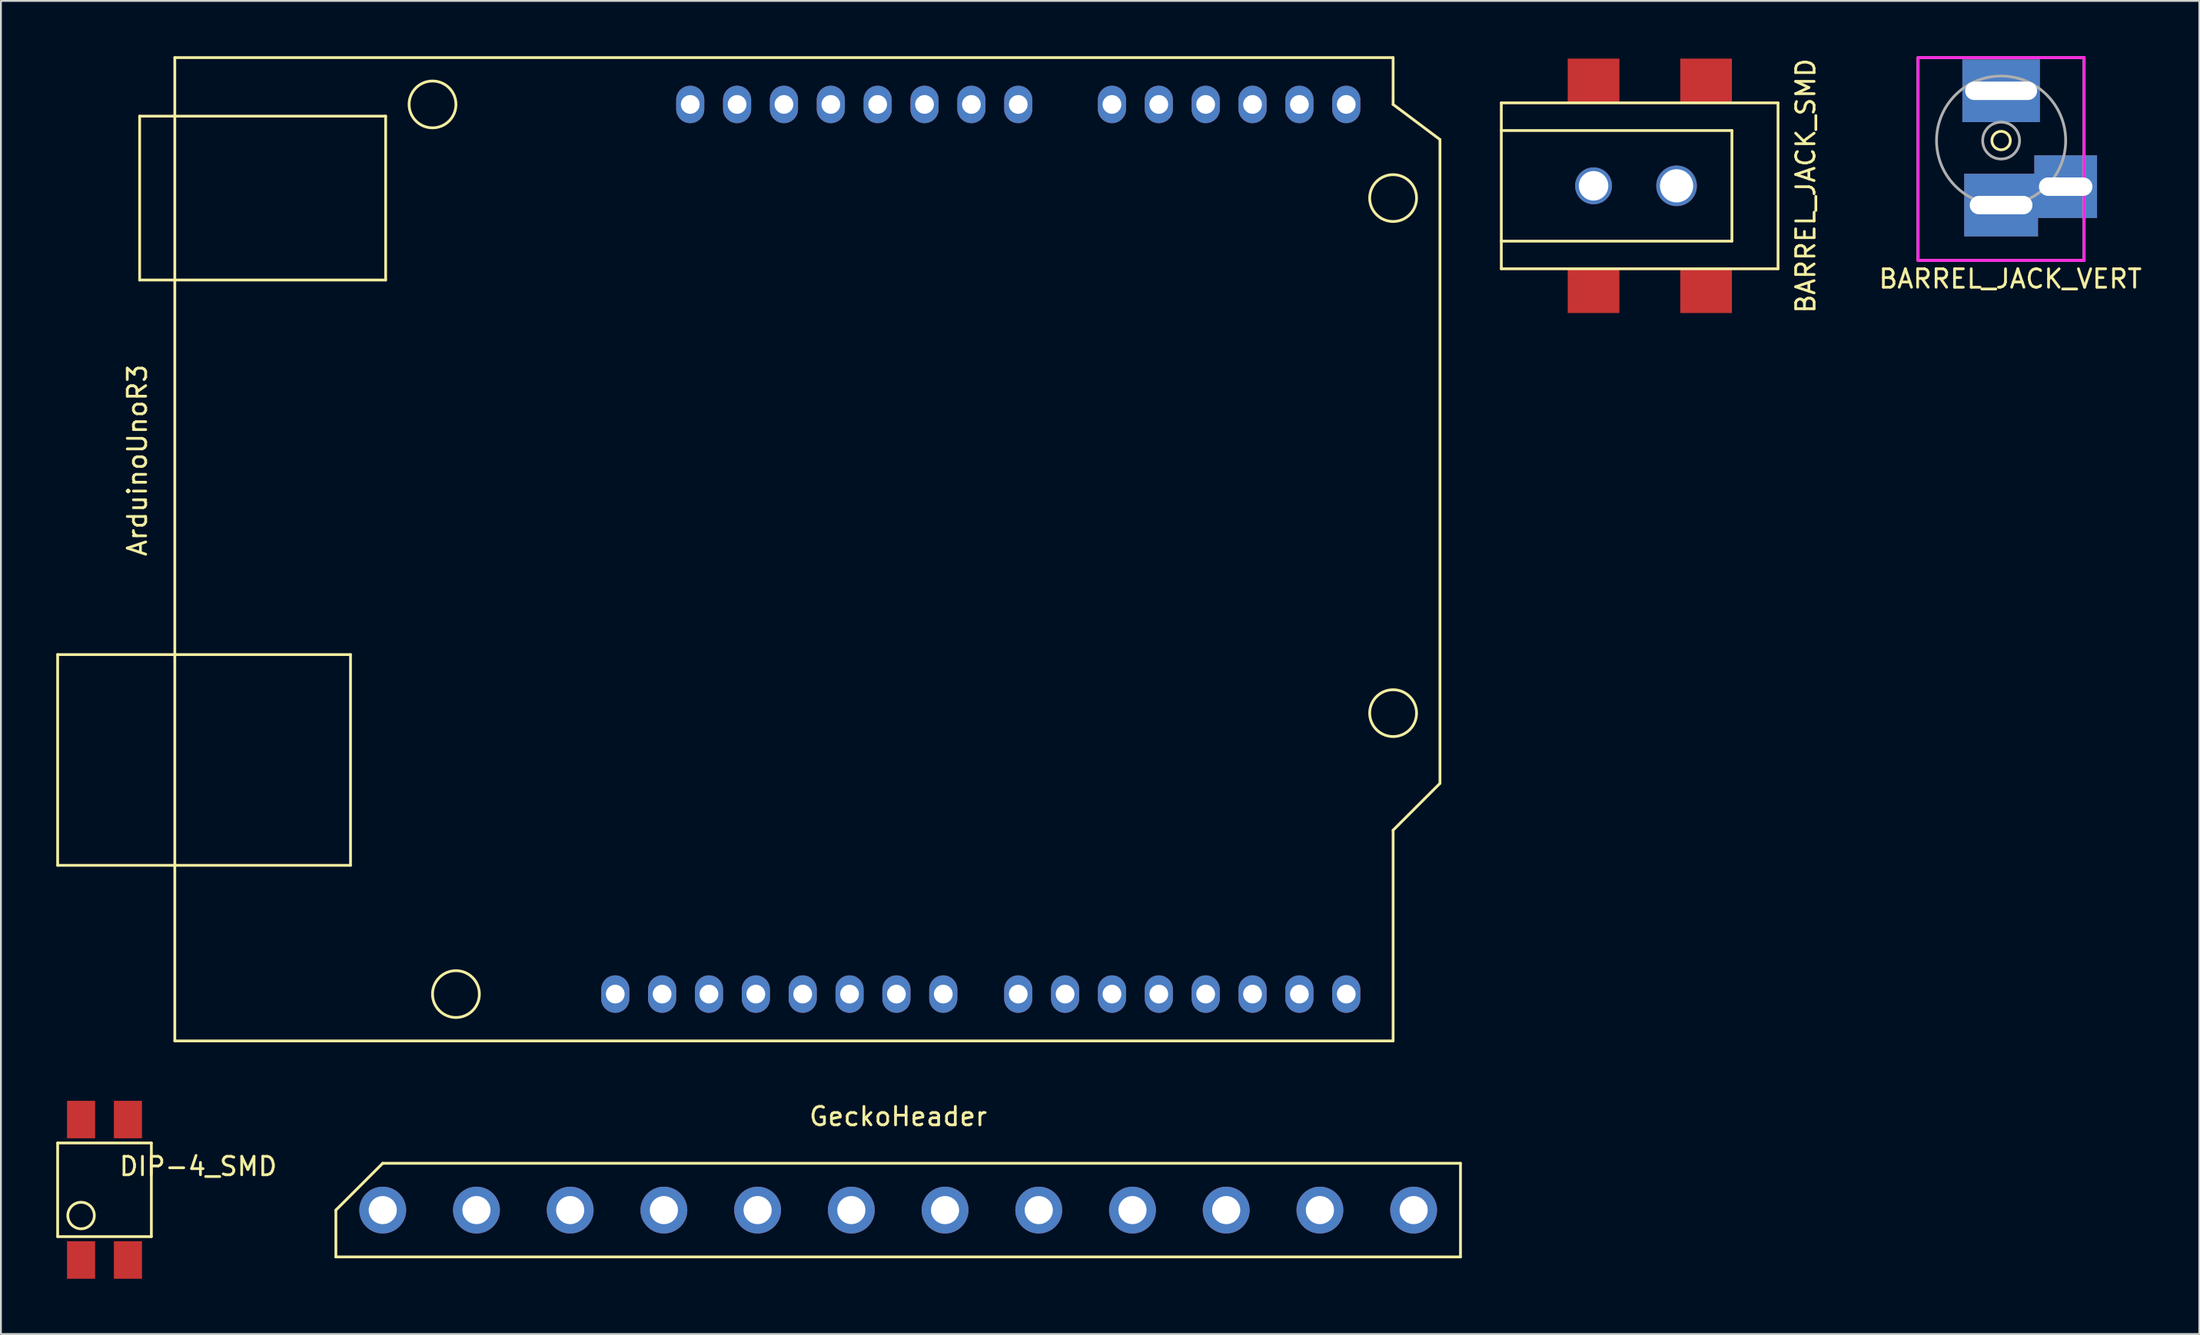
<source format=kicad_pcb>
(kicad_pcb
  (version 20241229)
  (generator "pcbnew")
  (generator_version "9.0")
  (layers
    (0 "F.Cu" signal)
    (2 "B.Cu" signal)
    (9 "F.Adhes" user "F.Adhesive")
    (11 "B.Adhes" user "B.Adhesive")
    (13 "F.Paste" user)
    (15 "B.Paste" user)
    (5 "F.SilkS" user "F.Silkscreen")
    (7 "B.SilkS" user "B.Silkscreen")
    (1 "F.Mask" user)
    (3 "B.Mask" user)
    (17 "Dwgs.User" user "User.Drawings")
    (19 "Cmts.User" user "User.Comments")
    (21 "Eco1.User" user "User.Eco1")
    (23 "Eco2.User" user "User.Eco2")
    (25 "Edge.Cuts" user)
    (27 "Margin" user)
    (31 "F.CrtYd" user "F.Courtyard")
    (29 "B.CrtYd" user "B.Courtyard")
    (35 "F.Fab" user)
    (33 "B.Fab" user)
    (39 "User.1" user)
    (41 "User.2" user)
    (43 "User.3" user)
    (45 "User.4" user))
  (footprint "BARREL_JACK_VERT"
    (layer "F.Cu")
    (at 105.422 11.075)
    (property "Reference" "BARREL_JACK_VERT" (at 0.5 1 180) (layer "F.SilkS") (effects (font (size 1 1) (thickness 0.15))))
    (attr through_hole)
    (fp_line (start -4.5 -11) (end 4.5 -11) (stroke (width 0.15) (type solid)) (layer "F.SilkS"))
    (fp_line (start -4.5 0) (end -4.5 -11) (stroke (width 0.15) (type solid)) (layer "F.SilkS"))
    (fp_line (start 4.5 -11) (end 4.5 0) (stroke (width 0.15) (type solid)) (layer "F.SilkS"))
    (fp_line (start 4.5 0) (end -4.5 0) (stroke (width 0.15) (type solid)) (layer "F.SilkS"))
    (fp_circle (center 0 -6.5) (end 0 -6) (stroke (width 0.15) (type solid)) (fill no) (layer "F.SilkS"))
    (fp_line (start -4.5 -11) (end 4.5 -11) (stroke (width 0.15) (type solid)) (layer "F.CrtYd"))
    (fp_line (start -4.5 0) (end -4.5 -11) (stroke (width 0.15) (type solid)) (layer "F.CrtYd"))
    (fp_line (start 4.5 -11) (end 4.5 0) (stroke (width 0.15) (type solid)) (layer "F.CrtYd"))
    (fp_line (start 4.5 0) (end -4.5 0) (stroke (width 0.15) (type solid)) (layer "F.CrtYd"))
    (fp_line (start -4.5 -11) (end -4.5 0) (stroke (width 0.15) (type solid)) (layer "F.Fab"))
    (fp_line (start -4.5 0) (end 4.5 0) (stroke (width 0.15) (type solid)) (layer "F.Fab"))
    (fp_line (start 4.5 -11) (end -4.5 -11) (stroke (width 0.15) (type solid)) (layer "F.Fab"))
    (fp_line (start 4.5 0) (end 4.5 -11) (stroke (width 0.15) (type solid)) (layer "F.Fab"))
    (fp_circle (center 0 -6.5) (end 1 -6.5) (stroke (width 0.15) (type solid)) (fill no) (layer "F.Fab"))
    (fp_circle (center 0 -6.5) (end 3.5 -6.5) (stroke (width 0.15) (type solid)) (fill no) (layer "F.Fab"))
    (pad "1" thru_hole rect (at 0 -9.2) (size 4.2 3.4) (drill oval 3.9 1) (layers "*.Cu" "*.Mask"))
    (pad "2" thru_hole rect (at 0 -3) (size 4 3.4) (drill oval 3.4 1) (layers "*.Cu" "*.Mask"))
    (pad "3" thru_hole rect (at 3.5 -4) (size 3.4 3.4) (drill oval 2.9 1) (layers "*.Cu" "*.Mask")))
  (footprint "BARREL_JACK_SMD"
    (layer "F.Cu")
    (at 78.33 7.03)
    (property "Reference" "BARREL_JACK_SMD" (at 16.5 0 90) (layer "F.SilkS") (effects (font (size 1 1) (thickness 0.15))))
    (attr through_hole)
    (fp_line (start 0 -4.5) (end 15 -4.5) (stroke (width 0.15) (type solid)) (layer "F.SilkS"))
    (fp_line (start 0 -3) (end 12.5 -3) (stroke (width 0.15) (type solid)) (layer "F.SilkS"))
    (fp_line (start 0 4.5) (end 0 -4.5) (stroke (width 0.15) (type solid)) (layer "F.SilkS"))
    (fp_line (start 12.5 -3) (end 12.5 3) (stroke (width 0.15) (type solid)) (layer "F.SilkS"))
    (fp_line (start 12.5 3) (end 0 3) (stroke (width 0.15) (type solid)) (layer "F.SilkS"))
    (fp_line (start 15 -4.5) (end 15 4.5) (stroke (width 0.15) (type solid)) (layer "F.SilkS"))
    (fp_line (start 15 4.5) (end 0 4.5) (stroke (width 0.15) (type solid)) (layer "F.SilkS"))
    (pad "" thru_hole circle (at 5 0) (size 2 2) (drill 1.6) (layers "*.Cu" "*.Mask"))
    (pad "" thru_hole circle (at 9.5 0) (size 2.2 2.2) (drill 1.8) (layers "*.Cu" "*.Mask"))
    (pad "1" smd rect (at 5 -5.7) (size 2.8 2.4) (layers "F.Cu" "F.Mask" "F.Paste"))
    (pad "1" smd rect (at 11.1 -5.7) (size 2.8 2.4) (layers "F.Cu" "F.Mask" "F.Paste"))
    (pad "2" smd rect (at 5 5.7) (size 2.8 2.4) (layers "F.Cu" "F.Mask" "F.Paste"))
    (pad "3" smd rect (at 11.1 5.7) (size 2.8 2.4) (layers "F.Cu" "F.Mask" "F.Paste")))
  (footprint "GeckoHeader"
    (layer "F.Cu")
    (at 45.637 62.593)
    (property "Reference" "GeckoHeader" (at 0 -5.08 0) (layer "F.SilkS") (effects (font (size 1 1) (thickness 0.15))))
    (attr through_hole)
    (fp_line (start -30.48 0) (end -27.94 -2.54) (stroke (width 0.15) (type solid)) (layer "F.SilkS"))
    (fp_line (start -30.48 2.54) (end -30.48 0) (stroke (width 0.15) (type solid)) (layer "F.SilkS"))
    (fp_line (start -27.94 -2.54) (end 30.48 -2.54) (stroke (width 0.15) (type solid)) (layer "F.SilkS"))
    (fp_line (start 30.48 -2.54) (end 30.48 2.54) (stroke (width 0.15) (type solid)) (layer "F.SilkS"))
    (fp_line (start 30.48 2.54) (end -30.48 2.54) (stroke (width 0.15) (type solid)) (layer "F.SilkS"))
    (pad "1" thru_hole circle (at -27.94 0) (size 2.54 2.54) (drill 1.524) (layers "*.Cu" "*.Mask"))
    (pad "2" thru_hole circle (at -22.86 0) (size 2.54 2.54) (drill 1.524) (layers "*.Cu" "*.Mask"))
    (pad "3" thru_hole circle (at -17.78 0) (size 2.54 2.54) (drill 1.524) (layers "*.Cu" "*.Mask"))
    (pad "4" thru_hole circle (at -12.7 0) (size 2.54 2.54) (drill 1.524) (layers "*.Cu" "*.Mask"))
    (pad "5" thru_hole circle (at -7.62 0) (size 2.54 2.54) (drill 1.524) (layers "*.Cu" "*.Mask"))
    (pad "6" thru_hole circle (at -2.54 0) (size 2.54 2.54) (drill 1.524) (layers "*.Cu" "*.Mask"))
    (pad "7" thru_hole circle (at 2.54 0) (size 2.54 2.54) (drill 1.524) (layers "*.Cu" "*.Mask"))
    (pad "8" thru_hole circle (at 7.62 0) (size 2.54 2.54) (drill 1.524) (layers "*.Cu" "*.Mask"))
    (pad "9" thru_hole circle (at 12.7 0) (size 2.54 2.54) (drill 1.524) (layers "*.Cu" "*.Mask"))
    (pad "10" thru_hole circle (at 17.78 0) (size 2.54 2.54) (drill 1.524) (layers "*.Cu" "*.Mask"))
    (pad "11" thru_hole circle (at 22.86 0) (size 2.54 2.54) (drill 1.524) (layers "*.Cu" "*.Mask"))
    (pad "12" thru_hole circle (at 27.94 0) (size 2.54 2.54) (drill 1.524) (layers "*.Cu" "*.Mask")))
  (footprint "ArduinoUnoR3"
    (layer "F.Cu")
    (at 6.425 53.415)
    (property "Reference" "ArduinoUnoR3" (at -2.032 -31.496 90) (layer "F.SilkS") (effects (font (size 1 1) (thickness 0.15))))
    (attr through_hole)
    (fp_line (start -6.35 -20.955) (end 9.525 -20.955) (stroke (width 0.15) (type solid)) (layer "F.SilkS"))
    (fp_line (start -6.35 -9.525) (end -6.35 -20.955) (stroke (width 0.15) (type solid)) (layer "F.SilkS"))
    (fp_line (start -1.905 -50.165) (end 11.43 -50.165) (stroke (width 0.15) (type solid)) (layer "F.SilkS"))
    (fp_line (start -1.905 -41.275) (end -1.905 -50.165) (stroke (width 0.15) (type solid)) (layer "F.SilkS"))
    (fp_line (start 0 -53.34) (end 0 0) (stroke (width 0.15) (type solid)) (layer "F.SilkS"))
    (fp_line (start 0 -53.34) (end 66.04 -53.34) (stroke (width 0.15) (type solid)) (layer "F.SilkS"))
    (fp_line (start 9.525 -20.955) (end 9.525 -9.525) (stroke (width 0.15) (type solid)) (layer "F.SilkS"))
    (fp_line (start 9.525 -9.525) (end -6.35 -9.525) (stroke (width 0.15) (type solid)) (layer "F.SilkS"))
    (fp_line (start 11.43 -50.165) (end 11.43 -41.275) (stroke (width 0.15) (type solid)) (layer "F.SilkS"))
    (fp_line (start 11.43 -41.275) (end -1.905 -41.275) (stroke (width 0.15) (type solid)) (layer "F.SilkS"))
    (fp_line (start 66.04 -53.34) (end 66.04 -50.8) (stroke (width 0.15) (type solid)) (layer "F.SilkS"))
    (fp_line (start 66.04 -50.8) (end 68.58 -48.895) (stroke (width 0.15) (type solid)) (layer "F.SilkS"))
    (fp_line (start 66.04 0) (end 0 0) (stroke (width 0.15) (type solid)) (layer "F.SilkS"))
    (fp_line (start 66.04 0) (end 66.04 -11.43) (stroke (width 0.15) (type solid)) (layer "F.SilkS"))
    (fp_line (start 68.58 -48.895) (end 68.58 -13.97) (stroke (width 0.15) (type solid)) (layer "F.SilkS"))
    (fp_line (start 68.58 -13.97) (end 66.04 -11.43) (stroke (width 0.15) (type solid)) (layer "F.SilkS"))
    (fp_circle (center 13.97 -50.8) (end 12.7 -50.8) (stroke (width 0.15) (type solid)) (fill no) (layer "F.SilkS"))
    (fp_circle (center 15.24 -2.54) (end 16.51 -2.54) (stroke (width 0.15) (type solid)) (fill no) (layer "F.SilkS"))
    (fp_circle (center 66.04 -45.72) (end 67.31 -45.72) (stroke (width 0.15) (type solid)) (fill no) (layer "F.SilkS"))
    (fp_circle (center 66.04 -17.78) (end 67.31 -17.78) (stroke (width 0.15) (type solid)) (fill no) (layer "F.SilkS"))
    (pad "1" thru_hole oval (at 27.94 -50.8) (size 1.524 2.032) (drill 1.016) (layers "*.Cu" "*.Mask"))
    (pad "2" thru_hole oval (at 30.48 -50.8) (size 1.524 2.032) (drill 1.016) (layers "*.Cu" "*.Mask"))
    (pad "3" thru_hole oval (at 33.02 -50.8) (size 1.524 2.032) (drill 1.016) (layers "*.Cu" "*.Mask"))
    (pad "4" thru_hole oval (at 35.56 -50.8) (size 1.524 2.032) (drill 1.016) (layers "*.Cu" "*.Mask"))
    (pad "5" thru_hole oval (at 38.1 -50.8) (size 1.524 2.032) (drill 1.016) (layers "*.Cu" "*.Mask"))
    (pad "6" thru_hole oval (at 40.64 -50.8) (size 1.524 2.032) (drill 1.016) (layers "*.Cu" "*.Mask"))
    (pad "7" thru_hole oval (at 43.18 -50.8) (size 1.524 2.032) (drill 1.016) (layers "*.Cu" "*.Mask"))
    (pad "8" thru_hole oval (at 45.72 -50.8) (size 1.524 2.032) (drill 1.016) (layers "*.Cu" "*.Mask"))
    (pad "9" thru_hole oval (at 50.8 -50.8) (size 1.524 2.032) (drill 1.016) (layers "*.Cu" "*.Mask"))
    (pad "10" thru_hole oval (at 53.34 -50.8) (size 1.524 2.032) (drill 1.016) (layers "*.Cu" "*.Mask"))
    (pad "11" thru_hole oval (at 55.88 -50.8) (size 1.524 2.032) (drill 1.016) (layers "*.Cu" "*.Mask"))
    (pad "12" thru_hole oval (at 58.42 -50.8) (size 1.524 2.032) (drill 1.016) (layers "*.Cu" "*.Mask"))
    (pad "13" thru_hole oval (at 60.96 -50.8) (size 1.524 2.032) (drill 1.016) (layers "*.Cu" "*.Mask"))
    (pad "14" thru_hole oval (at 63.5 -50.8) (size 1.524 2.032) (drill 1.016) (layers "*.Cu" "*.Mask"))
    (pad "15" thru_hole oval (at 63.5 -2.54) (size 1.524 2.032) (drill 1.016) (layers "*.Cu" "*.Mask"))
    (pad "16" thru_hole oval (at 60.96 -2.54) (size 1.524 2.032) (drill 1.016) (layers "*.Cu" "*.Mask"))
    (pad "17" thru_hole oval (at 58.42 -2.54) (size 1.524 2.032) (drill 1.016) (layers "*.Cu" "*.Mask"))
    (pad "18" thru_hole oval (at 55.88 -2.54) (size 1.524 2.032) (drill 1.016) (layers "*.Cu" "*.Mask"))
    (pad "19" thru_hole oval (at 53.34 -2.54) (size 1.524 2.032) (drill 1.016) (layers "*.Cu" "*.Mask"))
    (pad "20" thru_hole oval (at 50.8 -2.54) (size 1.524 2.032) (drill 1.016) (layers "*.Cu" "*.Mask"))
    (pad "21" thru_hole oval (at 48.26 -2.54) (size 1.524 2.032) (drill 1.016) (layers "*.Cu" "*.Mask"))
    (pad "22" thru_hole oval (at 45.72 -2.54) (size 1.524 2.032) (drill 1.016) (layers "*.Cu" "*.Mask"))
    (pad "23" thru_hole oval (at 41.656 -2.54) (size 1.524 2.032) (drill 1.016) (layers "*.Cu" "*.Mask"))
    (pad "24" thru_hole oval (at 39.116 -2.54) (size 1.524 2.032) (drill 1.016) (layers "*.Cu" "*.Mask"))
    (pad "25" thru_hole oval (at 36.576 -2.54) (size 1.524 2.032) (drill 1.016) (layers "*.Cu" "*.Mask"))
    (pad "26" thru_hole oval (at 34.036 -2.54) (size 1.524 2.032) (drill 1.016) (layers "*.Cu" "*.Mask"))
    (pad "27" thru_hole oval (at 31.496 -2.54) (size 1.524 2.032) (drill 1.016) (layers "*.Cu" "*.Mask"))
    (pad "28" thru_hole oval (at 28.956 -2.54) (size 1.524 2.032) (drill 1.016) (layers "*.Cu" "*.Mask"))
    (pad "29" thru_hole oval (at 26.416 -2.54) (size 1.524 2.032) (drill 1.016) (layers "*.Cu" "*.Mask"))
    (pad "30" thru_hole oval (at 23.876 -2.54) (size 1.524 2.032) (drill 1.016) (layers "*.Cu" "*.Mask")))
  (footprint "DIP-4_SMD"
    (layer "F.Cu")
    (at 5.155 61.491)
    (property "Reference" "DIP-4_SMD" (at 2.54 -1.27 0) (layer "F.SilkS") (effects (font (size 1 1) (thickness 0.15))))
    (attr smd)
    (fp_line (start -5.08 -2.54) (end -5.08 2.54) (stroke (width 0.15) (type solid)) (layer "F.SilkS"))
    (fp_line (start -5.08 -2.54) (end 0 -2.54) (stroke (width 0.15) (type solid)) (layer "F.SilkS"))
    (fp_line (start 0 -2.54) (end 0 2.54) (stroke (width 0.15) (type solid)) (layer "F.SilkS"))
    (fp_line (start 0 2.54) (end -5.08 2.54) (stroke (width 0.15) (type solid)) (layer "F.SilkS"))
    (fp_circle (center -3.81 1.397) (end -3.302 0.889) (stroke (width 0.15) (type solid)) (fill no) (layer "F.SilkS"))
    (pad "1" smd rect (at -3.81 3.81) (size 1.524 2.032) (layers "F.Cu" "F.Mask" "F.Paste"))
    (pad "2" smd rect (at -1.27 3.81) (size 1.524 2.032) (layers "F.Cu" "F.Mask" "F.Paste"))
    (pad "3" smd rect (at -1.27 -3.81) (size 1.524 2.032) (layers "F.Cu" "F.Mask" "F.Paste"))
    (pad "4" smd rect (at -3.81 -3.81) (size 1.524 2.032) (layers "F.Cu" "F.Mask" "F.Paste")))
  (gr_rect
    (start -3 -3)
    (end 116.166 69.317)
    (stroke (width 0.1) (type default))
    (fill no)
    (layer "Edge.Cuts")))
</source>
